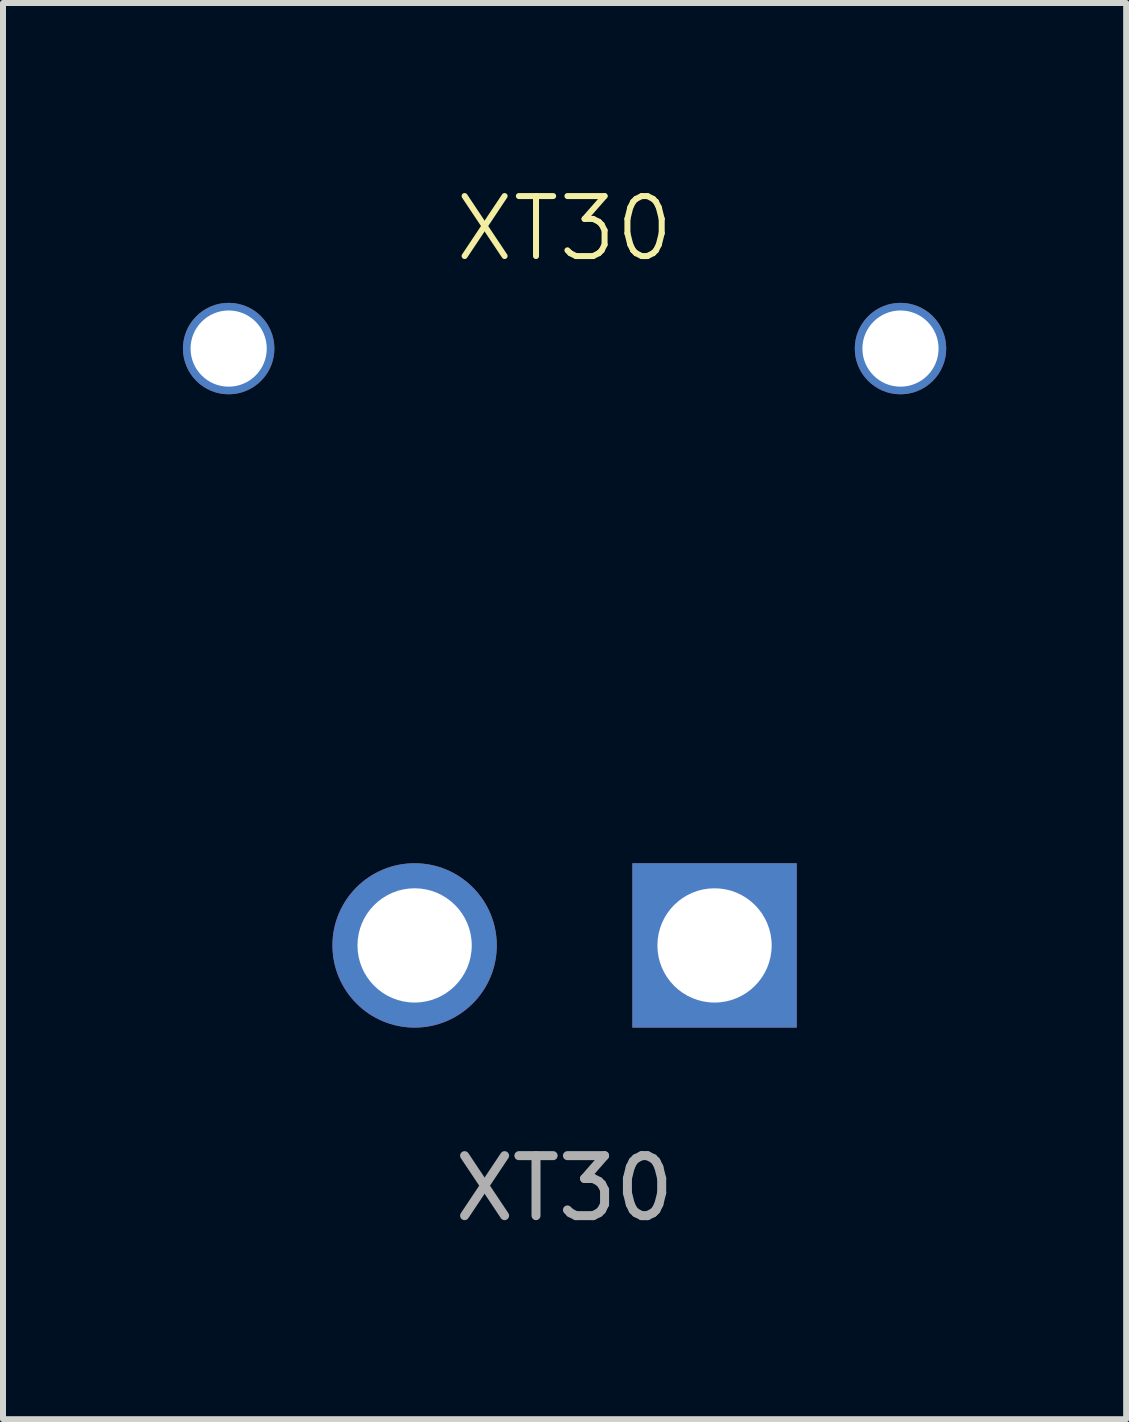
<source format=kicad_pcb>
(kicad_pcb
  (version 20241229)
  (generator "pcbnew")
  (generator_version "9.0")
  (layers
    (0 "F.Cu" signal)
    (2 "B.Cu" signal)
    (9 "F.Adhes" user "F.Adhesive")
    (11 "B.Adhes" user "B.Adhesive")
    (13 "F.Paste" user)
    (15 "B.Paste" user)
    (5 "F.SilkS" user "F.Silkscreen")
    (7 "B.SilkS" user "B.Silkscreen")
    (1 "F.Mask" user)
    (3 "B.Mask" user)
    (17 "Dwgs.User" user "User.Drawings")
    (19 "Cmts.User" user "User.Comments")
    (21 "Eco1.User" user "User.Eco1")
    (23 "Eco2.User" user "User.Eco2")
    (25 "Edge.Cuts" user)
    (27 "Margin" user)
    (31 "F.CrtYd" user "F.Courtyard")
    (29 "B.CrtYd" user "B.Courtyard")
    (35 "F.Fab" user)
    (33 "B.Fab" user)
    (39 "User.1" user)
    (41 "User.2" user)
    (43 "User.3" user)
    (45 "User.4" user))
  (footprint "XT30"
    (layer "F.Cu")
    (at 6.362 5.261)
    (property "Reference" "XT30" (at 0 -4.5 0) (unlocked yes) (layer "F.SilkS") (effects (font (size 1 1) (thickness 0.1))))
    (attr through_hole)
    (fp_text user "${REFERENCE}" (at 0 11.5 0) (unlocked yes) (layer "F.Fab") (effects (font (size 1 1) (thickness 0.15))))
    (pad "1" thru_hole circle (at -5.6 -2.5) (size 1.524 1.524) (drill 1.27) (layers "*.Cu" "*.Mask"))
    (pad "2" thru_hole circle (at 5.6 -2.5) (size 1.524 1.524) (drill 1.27) (layers "*.Cu" "*.Mask"))
    (pad "3" thru_hole circle (at -2.5 7.45) (size 2.74 2.74) (drill 1.905) (layers "*.Cu" "*.Mask"))
    (pad "4" thru_hole rect (at 2.5 7.45) (size 2.74 2.74) (drill 1.905) (layers "*.Cu" "*.Mask")))
  (gr_rect
    (start -3 -3)
    (end 15.724 20.609)
    (stroke (width 0.1) (type default))
    (fill no)
    (layer "Edge.Cuts")))
</source>
